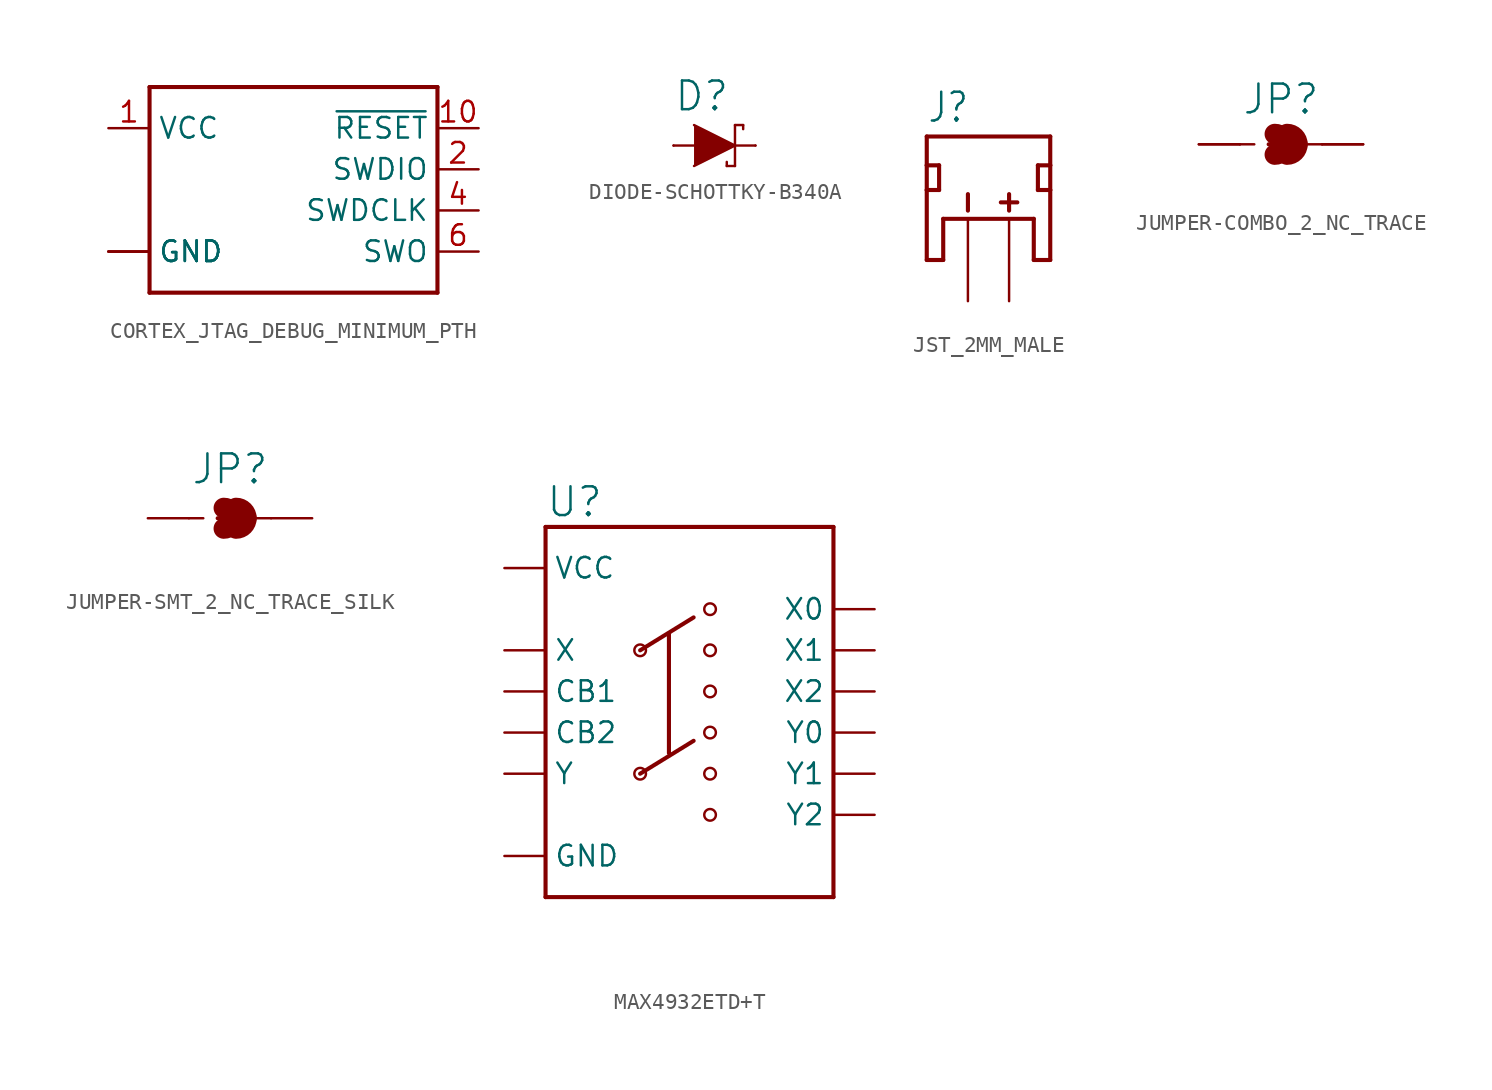
<source format=kicad_sym>
(kicad_symbol_lib
  (version 20241209)
  (generator "kicad_symbol_editor")
  (generator_version "9.0")
  (symbol "CORTEX_JTAG_DEBUG_MINIMUM_PTH"
    (property "Reference" "J"
      (at -10.16 7.874 0)
      (effects (font (size 1.778 1.778)) (justify left bottom) (hide yes)))
    (symbol "CORTEX_JTAG_DEBUG_MINIMUM_PTH_1_0"
      (polyline (pts (xy -10.16 7.62) (xy 7.62 7.62)) (stroke (width 0.254) (type solid)) (fill (type none)))
      (polyline (pts (xy -10.16 -5.08) (xy -10.16 7.62)) (stroke (width 0.254) (type solid)) (fill (type none)))
      (polyline (pts (xy 7.62 7.62) (xy 7.62 -5.08)) (stroke (width 0.254) (type solid)) (fill (type none)))
      (polyline (pts (xy 7.62 -5.08) (xy -10.16 -5.08)) (stroke (width 0.254) (type solid)) (fill (type none)))
      (pin bidirectional line (at -12.7 5.08 0) (length 2.54) (name "VCC" (effects (font (size 1.27 1.27)))) (number "1" (effects (font (size 1.27 1.27)))))
      (pin bidirectional line (at -12.7 -2.54 0) (length 2.54) (name "GND" (effects (font (size 1.27 1.27)))) (number "3" (effects (font (size 0 0)))))
      (pin bidirectional line (at -12.7 -2.54 0) (length 2.54) (name "GND" (effects (font (size 1.27 1.27)))) (number "5" (effects (font (size 0 0)))))
      (pin bidirectional line (at -12.7 -2.54 0) (length 2.54) (name "GND" (effects (font (size 1.27 1.27)))) (number "9" (effects (font (size 0 0)))))
      (pin bidirectional line (at 10.16 5.08 180) (length 2.54) (name "~{RESET}" (effects (font (size 1.27 1.27)))) (number "10" (effects (font (size 1.27 1.27)))))
      (pin bidirectional line (at 10.16 2.54 180) (length 2.54) (name "SWDIO" (effects (font (size 1.27 1.27)))) (number "2" (effects (font (size 1.27 1.27)))))
      (pin bidirectional line (at 10.16 0 180) (length 2.54) (name "SWDCLK" (effects (font (size 1.27 1.27)))) (number "4" (effects (font (size 1.27 1.27)))))
      (pin bidirectional line (at 10.16 -2.54 180) (length 2.54) (name "SWO" (effects (font (size 1.27 1.27)))) (number "6" (effects (font (size 1.27 1.27)))))))
  (symbol "DIODE-SCHOTTKY-B340A"
    (property "Reference" "D"
      (at -2.54 2.032 0)
      (effects (font (size 1.778 1.778)) (justify left bottom)))
    (symbol "DIODE-SCHOTTKY-B340A_1_0"
      (polyline (pts (xy -2.54 0) (xy -1.27 0)) (stroke (width 0.152) (type solid)) (fill (type none)))
      (polyline (pts (xy -1.27 1.27) (xy 1.27 0) (xy -1.27 -1.27)) (stroke (width 0.152) (type solid)) (fill (type outline)))
      (polyline (pts (xy 0.762 -1.27) (xy 0.762 -1.016)) (stroke (width 0.152) (type solid)) (fill (type none)))
      (polyline (pts (xy 1.27 1.27) (xy 1.27 0)) (stroke (width 0.152) (type solid)) (fill (type none)))
      (polyline (pts (xy 1.27 1.27) (xy 1.778 1.27)) (stroke (width 0.152) (type solid)) (fill (type none)))
      (polyline (pts (xy 1.27 0) (xy 1.27 -1.27)) (stroke (width 0.152) (type solid)) (fill (type none)))
      (polyline (pts (xy 1.27 -1.27) (xy 0.762 -1.27)) (stroke (width 0.152) (type solid)) (fill (type none)))
      (polyline (pts (xy 1.778 1.27) (xy 1.778 1.016)) (stroke (width 0.152) (type solid)) (fill (type none)))
      (polyline (pts (xy 2.54 0) (xy 1.27 0)) (stroke (width 0.152) (type solid)) (fill (type none)))
      (pin passive line (at -2.54 0 0) (length 0) (name "A" (effects (font (size 0 0)))) (number "A" (effects (font (size 0 0)))))
      (pin passive line (at 2.54 0 180) (length 0) (name "C" (effects (font (size 0 0)))) (number "C" (effects (font (size 0 0)))))))
  (symbol "JST_2MM_MALE"
    (property "Reference" "J"
      (at -2.54 5.842 0)
      (effects (font (size 1.778 1.511)) (justify left bottom)))
    (symbol "JST_2MM_MALE_1_0"
      (polyline (pts (xy -2.54 5.08) (xy 5.08 5.08)) (stroke (width 0.254) (type solid)) (fill (type none)))
      (polyline (pts (xy -2.54 3.302) (xy -2.54 5.08)) (stroke (width 0.254) (type solid)) (fill (type none)))
      (polyline (pts (xy -2.54 1.778) (xy -2.54 3.302)) (stroke (width 0.254) (type solid)) (fill (type none)))
      (polyline (pts (xy -2.54 1.778) (xy -1.778 1.778)) (stroke (width 0.254) (type solid)) (fill (type none)))
      (polyline (pts (xy -2.54 -2.54) (xy -2.54 1.778)) (stroke (width 0.254) (type solid)) (fill (type none)))
      (polyline (pts (xy -2.54 -2.54) (xy -1.524 -2.54)) (stroke (width 0.254) (type solid)) (fill (type none)))
      (polyline (pts (xy -1.778 3.302) (xy -2.54 3.302)) (stroke (width 0.254) (type solid)) (fill (type none)))
      (polyline (pts (xy -1.778 1.778) (xy -1.778 3.302)) (stroke (width 0.254) (type solid)) (fill (type none)))
      (polyline (pts (xy -1.524 0) (xy -1.524 -2.54)) (stroke (width 0.254) (type solid)) (fill (type none)))
      (polyline (pts (xy 0 0.508) (xy 0 1.524)) (stroke (width 0.254) (type solid)) (fill (type none)))
      (polyline (pts (xy 2.032 1.016) (xy 3.048 1.016)) (stroke (width 0.254) (type solid)) (fill (type none)))
      (polyline (pts (xy 2.54 0.508) (xy 2.54 1.524)) (stroke (width 0.254) (type solid)) (fill (type none)))
      (polyline (pts (xy 4.064 0) (xy -1.524 0)) (stroke (width 0.254) (type solid)) (fill (type none)))
      (polyline (pts (xy 4.064 -2.54) (xy 4.064 0)) (stroke (width 0.254) (type solid)) (fill (type none)))
      (polyline (pts (xy 4.318 3.302) (xy 5.08 3.302)) (stroke (width 0.254) (type solid)) (fill (type none)))
      (polyline (pts (xy 4.318 1.778) (xy 4.318 3.302)) (stroke (width 0.254) (type solid)) (fill (type none)))
      (polyline (pts (xy 5.08 5.08) (xy 5.08 3.302)) (stroke (width 0.254) (type solid)) (fill (type none)))
      (polyline (pts (xy 5.08 3.302) (xy 5.08 1.778)) (stroke (width 0.254) (type solid)) (fill (type none)))
      (polyline (pts (xy 5.08 1.778) (xy 4.318 1.778)) (stroke (width 0.254) (type solid)) (fill (type none)))
      (polyline (pts (xy 5.08 1.778) (xy 5.08 -2.54)) (stroke (width 0.254) (type solid)) (fill (type none)))
      (polyline (pts (xy 5.08 -2.54) (xy 4.064 -2.54)) (stroke (width 0.254) (type solid)) (fill (type none)))
      (pin bidirectional line (at -2.54 2.54 90) (length 0) (name "PAD1" (effects (font (size 0 0)))) (number "NC1" (effects (font (size 0 0)))))
      (pin bidirectional line (at 0 -5.08 90) (length 5.08) (name "-" (effects (font (size 0 0)))) (number "1" (effects (font (size 0 0)))))
      (pin bidirectional line (at 2.54 -5.08 90) (length 5.08) (name "+" (effects (font (size 0 0)))) (number "2" (effects (font (size 0 0)))))
      (pin bidirectional line (at 5.08 2.54 90) (length 0) (name "PAD2" (effects (font (size 0 0)))) (number "NC2" (effects (font (size 0 0)))))))
  (symbol "JUMPER-COMBO_2_NC_TRACE"
    (property "Reference" "JP"
      (at 0 2.794 0)
      (effects (font (size 1.778 1.778))))
    (property "Value" ""
      (at 0 -2.794 0)
      (effects (font (size 1.778 1.778))))
    (symbol "JUMPER-COMBO_2_NC_TRACE_1_0"
      (polyline (pts (xy -2.54 0) (xy -1.651 0)) (stroke (width 0.152) (type solid)) (fill (type none)))
      (polyline (pts (xy -0.762 0) (xy 1.016 0)) (stroke (width 0.254) (type solid)) (fill (type none)))
      (arc (start -0.3808 0.635) (mid 0.2514 -0.0001) (end -0.381 -0.635) (stroke (width 1.27) (type solid)) (fill (type none)))
      (arc (start 0.381 0.635) (mid 0.83 0.449) (end 1.0159 -0.0001) (stroke (width 1.27) (type solid)) (fill (type none)))
      (arc (start 1.016 0) (mid 0.83 -0.449) (end 0.3809 -0.6351) (stroke (width 1.27) (type solid)) (fill (type none)))
      (polyline (pts (xy 2.54 0) (xy 1.651 0)) (stroke (width 0.152) (type solid)) (fill (type none)))
      (pin passive line (at -5.08 0 0) (length 2.54) (name "1" (effects (font (size 0 0)))) (number "1" (effects (font (size 0 0)))))
      (pin passive line (at -5.08 0 0) (length 2.54) (name "1" (effects (font (size 0 0)))) (number "3" (effects (font (size 0 0)))))
      (pin passive line (at 5.08 0 180) (length 2.54) (name "2" (effects (font (size 0 0)))) (number "2" (effects (font (size 0 0)))))
      (pin passive line (at 5.08 0 180) (length 2.54) (name "2" (effects (font (size 0 0)))) (number "4" (effects (font (size 0 0)))))))
  (symbol "JUMPER-SMT_2_NC_TRACE_SILK"
    (property "Reference" "JP"
      (at 0 3.048 0)
      (effects (font (size 1.778 1.778))))
    (property "Value" ""
      (at 0 -3.048 0)
      (effects (font (size 1.778 1.778))))
    (symbol "JUMPER-SMT_2_NC_TRACE_SILK_1_0"
      (polyline (pts (xy -2.54 0) (xy -1.651 0)) (stroke (width 0.152) (type solid)) (fill (type none)))
      (polyline (pts (xy -0.762 0) (xy 1.016 0)) (stroke (width 0.254) (type solid)) (fill (type none)))
      (arc (start -0.3808 0.635) (mid 0.2514 -0.0001) (end -0.381 -0.635) (stroke (width 1.27) (type solid)) (fill (type none)))
      (arc (start 0.381 0.635) (mid 0.83 0.449) (end 1.0159 -0.0001) (stroke (width 1.27) (type solid)) (fill (type none)))
      (arc (start 1.016 0) (mid 0.83 -0.449) (end 0.3809 -0.6351) (stroke (width 1.27) (type solid)) (fill (type none)))
      (polyline (pts (xy 2.54 0) (xy 1.651 0)) (stroke (width 0.152) (type solid)) (fill (type none)))
      (pin passive line (at -5.08 0 0) (length 2.54) (name "1" (effects (font (size 0 0)))) (number "1" (effects (font (size 0 0)))))
      (pin passive line (at 5.08 0 180) (length 2.54) (name "2" (effects (font (size 0 0)))) (number "2" (effects (font (size 0 0)))))))
  (symbol "MAX4932ETD+T"
    (property "Reference" "U"
      (at -7.62 13.208 0)
      (effects (font (size 1.778 1.778)) (justify left bottom)))
    (property "Value" ""
      (at -7.62 -12.7 0)
      (effects (font (size 1.778 1.778)) (justify left bottom)))
    (symbol "MAX4932ETD+T_1_0"
      (polyline (pts (xy -7.62 12.7) (xy 10.16 12.7)) (stroke (width 0.254) (type solid)) (fill (type none)))
      (polyline (pts (xy -7.62 -10.16) (xy -7.62 12.7)) (stroke (width 0.254) (type solid)) (fill (type none)))
      (circle (center -1.778 5.08) (radius 0.359) (stroke (width 0) (type solid)) (fill (type none)))
      (polyline (pts (xy -1.778 5.08) (xy 1.524 7.112)) (stroke (width 0.254) (type solid)) (fill (type none)))
      (circle (center -1.778 -2.54) (radius 0.359) (stroke (width 0) (type solid)) (fill (type none)))
      (polyline (pts (xy -1.778 -2.54) (xy 1.524 -0.508)) (stroke (width 0.254) (type solid)) (fill (type none)))
      (polyline (pts (xy 0 6.096) (xy 0 -1.27)) (stroke (width 0.254) (type solid)) (fill (type none)))
      (circle (center 2.54 7.62) (radius 0.359) (stroke (width 0) (type solid)) (fill (type none)))
      (circle (center 2.54 5.08) (radius 0.359) (stroke (width 0) (type solid)) (fill (type none)))
      (circle (center 2.54 2.54) (radius 0.359) (stroke (width 0) (type solid)) (fill (type none)))
      (circle (center 2.54 0) (radius 0.359) (stroke (width 0) (type solid)) (fill (type none)))
      (circle (center 2.54 -2.54) (radius 0.359) (stroke (width 0) (type solid)) (fill (type none)))
      (circle (center 2.54 -5.08) (radius 0.359) (stroke (width 0) (type solid)) (fill (type none)))
      (polyline (pts (xy 10.16 12.7) (xy 10.16 -10.16)) (stroke (width 0.254) (type solid)) (fill (type none)))
      (polyline (pts (xy 10.16 -10.16) (xy -7.62 -10.16)) (stroke (width 0.254) (type solid)) (fill (type none)))
      (pin power_in line (at -10.16 10.16 0) (length 2.54) (name "VCC" (effects (font (size 1.27 1.27)))) (number "1" (effects (font (size 0 0)))))
      (pin bidirectional line (at -10.16 5.08 0) (length 2.54) (name "X" (effects (font (size 1.27 1.27)))) (number "2" (effects (font (size 0 0)))))
      (pin bidirectional line (at -10.16 2.54 0) (length 2.54) (name "CB1" (effects (font (size 1.27 1.27)))) (number "6" (effects (font (size 0 0)))))
      (pin bidirectional line (at -10.16 0 0) (length 2.54) (name "CB2" (effects (font (size 1.27 1.27)))) (number "13" (effects (font (size 0 0)))))
      (pin bidirectional line (at -10.16 -2.54 0) (length 2.54) (name "Y" (effects (font (size 1.27 1.27)))) (number "14" (effects (font (size 0 0)))))
      (pin power_in line (at -10.16 -7.62 0) (length 2.54) (name "GND" (effects (font (size 1.27 1.27)))) (number "8" (effects (font (size 0 0)))))
      (pin bidirectional line (at 12.7 7.62 180) (length 2.54) (name "X0" (effects (font (size 1.27 1.27)))) (number "7" (effects (font (size 0 0)))))
      (pin bidirectional line (at 12.7 5.08 180) (length 2.54) (name "X1" (effects (font (size 1.27 1.27)))) (number "5" (effects (font (size 0 0)))))
      (pin bidirectional line (at 12.7 2.54 180) (length 2.54) (name "X2" (effects (font (size 1.27 1.27)))) (number "4" (effects (font (size 0 0)))))
      (pin bidirectional line (at 12.7 0 180) (length 2.54) (name "Y0" (effects (font (size 1.27 1.27)))) (number "9" (effects (font (size 0 0)))))
      (pin bidirectional line (at 12.7 -2.54 180) (length 2.54) (name "Y1" (effects (font (size 1.27 1.27)))) (number "11" (effects (font (size 0 0)))))
      (pin bidirectional line (at 12.7 -5.08 180) (length 2.54) (name "Y2" (effects (font (size 1.27 1.27)))) (number "12" (effects (font (size 0 0))))))))
</source>
